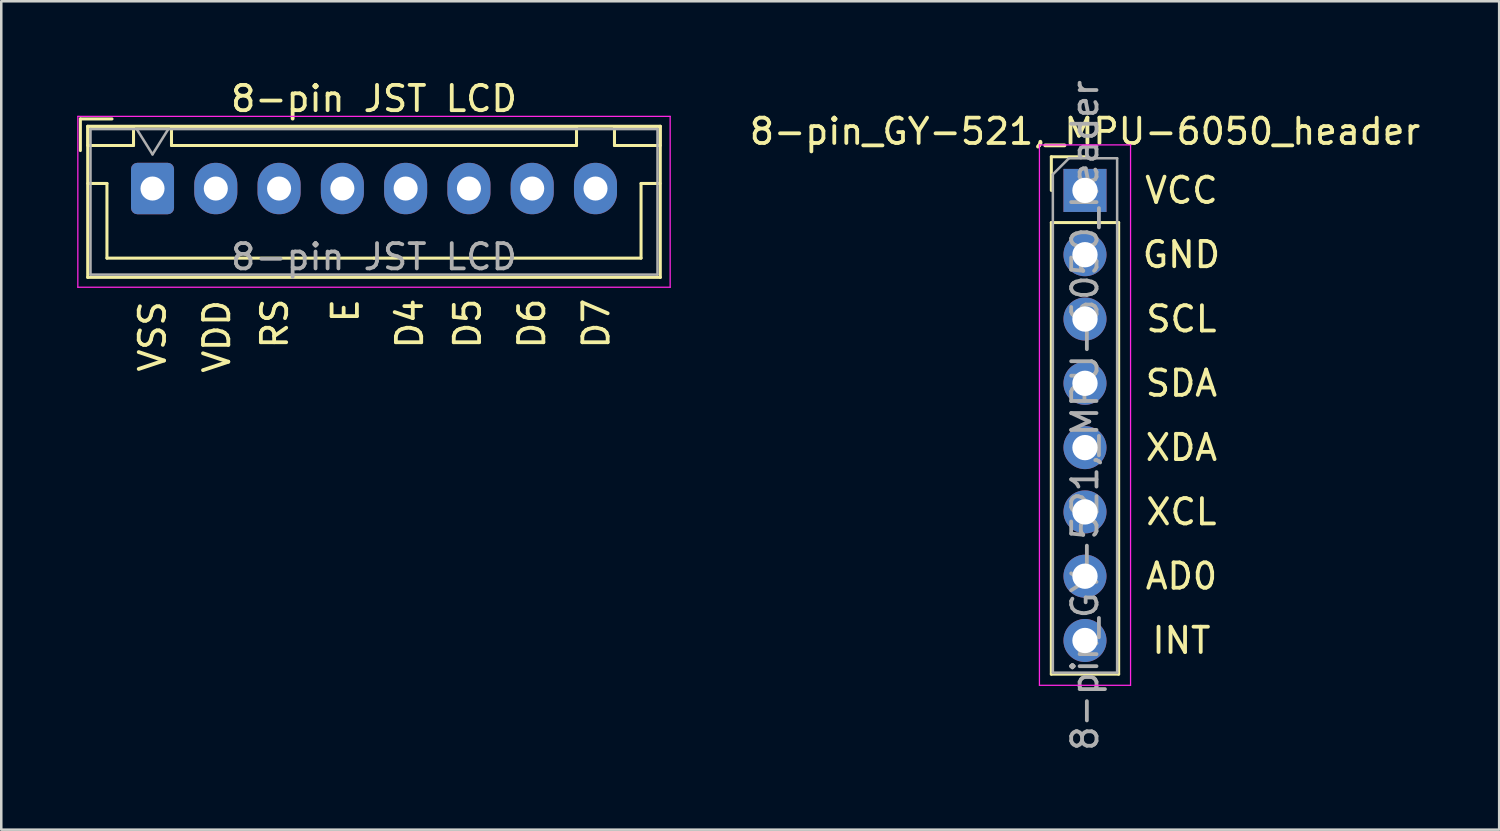
<source format=kicad_pcb>
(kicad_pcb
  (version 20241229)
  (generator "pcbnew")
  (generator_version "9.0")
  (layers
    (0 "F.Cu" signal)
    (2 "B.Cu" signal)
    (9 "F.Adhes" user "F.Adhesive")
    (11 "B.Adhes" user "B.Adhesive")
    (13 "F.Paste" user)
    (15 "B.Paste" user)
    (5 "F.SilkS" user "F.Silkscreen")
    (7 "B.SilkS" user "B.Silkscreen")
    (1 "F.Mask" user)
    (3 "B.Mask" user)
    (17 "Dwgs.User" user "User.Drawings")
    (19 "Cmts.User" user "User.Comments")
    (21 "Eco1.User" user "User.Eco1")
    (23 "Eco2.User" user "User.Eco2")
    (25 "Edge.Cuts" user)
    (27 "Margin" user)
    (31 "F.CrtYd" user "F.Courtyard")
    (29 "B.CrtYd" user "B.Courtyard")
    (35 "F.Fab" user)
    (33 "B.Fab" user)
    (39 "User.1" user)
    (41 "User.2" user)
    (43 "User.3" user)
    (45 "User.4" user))
  (footprint "8-pin_GY-521,_MPU-6050_header"
    (layer "F.Cu")
    (at 39.813 4.473)
    (property "Reference" "8-pin_GY-521,_MPU-6050_header" (at 0 -2.33 0) (layer "F.SilkS") (effects (font (size 1 1) (thickness 0.15))))
    (attr through_hole)
    (fp_line (start -1.33 -1.33) (end 0 -1.33) (stroke (width 0.12) (type solid)) (layer "F.SilkS"))
    (fp_line (start -1.33 0) (end -1.33 -1.33) (stroke (width 0.12) (type solid)) (layer "F.SilkS"))
    (fp_line (start -1.33 1.27) (end -1.33 19.11) (stroke (width 0.12) (type solid)) (layer "F.SilkS"))
    (fp_line (start -1.33 1.27) (end 1.33 1.27) (stroke (width 0.12) (type solid)) (layer "F.SilkS"))
    (fp_line (start -1.33 19.11) (end 1.33 19.11) (stroke (width 0.12) (type solid)) (layer "F.SilkS"))
    (fp_line (start 1.33 1.27) (end 1.33 19.11) (stroke (width 0.12) (type solid)) (layer "F.SilkS"))
    (fp_line (start -1.8 -1.8) (end -1.8 19.55) (stroke (width 0.05) (type solid)) (layer "F.CrtYd"))
    (fp_line (start -1.8 19.55) (end 1.8 19.55) (stroke (width 0.05) (type solid)) (layer "F.CrtYd"))
    (fp_line (start 1.8 -1.8) (end -1.8 -1.8) (stroke (width 0.05) (type solid)) (layer "F.CrtYd"))
    (fp_line (start 1.8 19.55) (end 1.8 -1.8) (stroke (width 0.05) (type solid)) (layer "F.CrtYd"))
    (fp_line (start -1.27 -0.635) (end -0.635 -1.27) (stroke (width 0.1) (type solid)) (layer "F.Fab"))
    (fp_line (start -1.27 19.05) (end -1.27 -0.635) (stroke (width 0.1) (type solid)) (layer "F.Fab"))
    (fp_line (start -0.635 -1.27) (end 1.27 -1.27) (stroke (width 0.1) (type solid)) (layer "F.Fab"))
    (fp_line (start 1.27 -1.27) (end 1.27 19.05) (stroke (width 0.1) (type solid)) (layer "F.Fab"))
    (fp_line (start 1.27 19.05) (end -1.27 19.05) (stroke (width 0.1) (type solid)) (layer "F.Fab"))
    (fp_text user "AD0" (at 3.81 15.24 0) (layer "F.SilkS") (effects (font (size 1 1) (thickness 0.15))))
    (fp_text user "XCL" (at 3.81 12.7 0) (layer "F.SilkS") (effects (font (size 1 1) (thickness 0.15))))
    (fp_text user "GND" (at 3.81 2.54 0) (layer "F.SilkS") (effects (font (size 1 1) (thickness 0.15))))
    (fp_text user "XDA" (at 3.81 10.16 0) (layer "F.SilkS") (effects (font (size 1 1) (thickness 0.15))))
    (fp_text user "SCL" (at 3.81 5.08 0) (layer "F.SilkS") (effects (font (size 1 1) (thickness 0.15))))
    (fp_text user "SDA" (at 3.81 7.62 0) (layer "F.SilkS") (effects (font (size 1 1) (thickness 0.15))))
    (fp_text user "INT" (at 3.81 17.78 0) (layer "F.SilkS") (effects (font (size 1 1) (thickness 0.15))))
    (fp_text user "VCC" (at 3.81 0 0) (layer "F.SilkS") (effects (font (size 1 1) (thickness 0.15))))
    (fp_text user "${REFERENCE}" (at 0 8.89 90) (layer "F.Fab") (effects (font (size 1 1) (thickness 0.15))))
    (pad "1" thru_hole rect (at 0 0) (size 1.7 1.7) (drill 1) (layers "*.Cu" "*.Mask"))
    (pad "2" thru_hole oval (at 0 2.54) (size 1.7 1.7) (drill 1) (layers "*.Cu" "*.Mask"))
    (pad "3" thru_hole oval (at 0 5.08) (size 1.7 1.7) (drill 1) (layers "*.Cu" "*.Mask"))
    (pad "4" thru_hole oval (at 0 7.62) (size 1.7 1.7) (drill 1) (layers "*.Cu" "*.Mask"))
    (pad "5" thru_hole oval (at 0 10.16) (size 1.7 1.7) (drill 1) (layers "*.Cu" "*.Mask"))
    (pad "6" thru_hole oval (at 0 12.7) (size 1.7 1.7) (drill 1) (layers "*.Cu" "*.Mask"))
    (pad "7" thru_hole oval (at 0 15.24) (size 1.7 1.7) (drill 1) (layers "*.Cu" "*.Mask"))
    (pad "8" thru_hole oval (at 0 17.78) (size 1.7 1.7) (drill 1) (layers "*.Cu" "*.Mask")))
  (footprint "8-pin JST LCD"
    (layer "F.Cu")
    (at 2.975 4.398)
    (property "Reference" "8-pin JST LCD" (at 8.75 -3.55 0) (layer "F.SilkS") (effects (font (size 1 1) (thickness 0.15))))
    (attr through_hole)
    (fp_line (start -2.85 -2.75) (end -2.85 -1.5) (stroke (width 0.12) (type solid)) (layer "F.SilkS"))
    (fp_line (start -2.56 -2.46) (end -2.56 3.51) (stroke (width 0.12) (type solid)) (layer "F.SilkS"))
    (fp_line (start -2.56 3.51) (end 20.06 3.51) (stroke (width 0.12) (type solid)) (layer "F.SilkS"))
    (fp_line (start -2.55 -2.45) (end -2.55 -1.7) (stroke (width 0.12) (type solid)) (layer "F.SilkS"))
    (fp_line (start -2.55 -1.7) (end -0.75 -1.7) (stroke (width 0.12) (type solid)) (layer "F.SilkS"))
    (fp_line (start -2.55 -0.2) (end -1.8 -0.2) (stroke (width 0.12) (type solid)) (layer "F.SilkS"))
    (fp_line (start -1.8 -0.2) (end -1.8 2.75) (stroke (width 0.12) (type solid)) (layer "F.SilkS"))
    (fp_line (start -1.8 2.75) (end 8.75 2.75) (stroke (width 0.12) (type solid)) (layer "F.SilkS"))
    (fp_line (start -1.6 -2.75) (end -2.85 -2.75) (stroke (width 0.12) (type solid)) (layer "F.SilkS"))
    (fp_line (start -0.75 -2.45) (end -2.55 -2.45) (stroke (width 0.12) (type solid)) (layer "F.SilkS"))
    (fp_line (start -0.75 -1.7) (end -0.75 -2.45) (stroke (width 0.12) (type solid)) (layer "F.SilkS"))
    (fp_line (start 0.75 -2.45) (end 0.75 -1.7) (stroke (width 0.12) (type solid)) (layer "F.SilkS"))
    (fp_line (start 0.75 -1.7) (end 16.75 -1.7) (stroke (width 0.12) (type solid)) (layer "F.SilkS"))
    (fp_line (start 16.75 -2.45) (end 0.75 -2.45) (stroke (width 0.12) (type solid)) (layer "F.SilkS"))
    (fp_line (start 16.75 -1.7) (end 16.75 -2.45) (stroke (width 0.12) (type solid)) (layer "F.SilkS"))
    (fp_line (start 18.25 -2.45) (end 18.25 -1.7) (stroke (width 0.12) (type solid)) (layer "F.SilkS"))
    (fp_line (start 18.25 -1.7) (end 20.05 -1.7) (stroke (width 0.12) (type solid)) (layer "F.SilkS"))
    (fp_line (start 19.3 -0.2) (end 19.3 2.75) (stroke (width 0.12) (type solid)) (layer "F.SilkS"))
    (fp_line (start 19.3 2.75) (end 8.75 2.75) (stroke (width 0.12) (type solid)) (layer "F.SilkS"))
    (fp_line (start 20.05 -2.45) (end 18.25 -2.45) (stroke (width 0.12) (type solid)) (layer "F.SilkS"))
    (fp_line (start 20.05 -1.7) (end 20.05 -2.45) (stroke (width 0.12) (type solid)) (layer "F.SilkS"))
    (fp_line (start 20.05 -0.2) (end 19.3 -0.2) (stroke (width 0.12) (type solid)) (layer "F.SilkS"))
    (fp_line (start 20.06 -2.46) (end -2.56 -2.46) (stroke (width 0.12) (type solid)) (layer "F.SilkS"))
    (fp_line (start 20.06 3.51) (end 20.06 -2.46) (stroke (width 0.12) (type solid)) (layer "F.SilkS"))
    (fp_line (start -2.95 -2.85) (end -2.95 3.9) (stroke (width 0.05) (type solid)) (layer "F.CrtYd"))
    (fp_line (start -2.95 3.9) (end 20.45 3.9) (stroke (width 0.05) (type solid)) (layer "F.CrtYd"))
    (fp_line (start 20.45 -2.85) (end -2.95 -2.85) (stroke (width 0.05) (type solid)) (layer "F.CrtYd"))
    (fp_line (start 20.45 3.9) (end 20.45 -2.85) (stroke (width 0.05) (type solid)) (layer "F.CrtYd"))
    (fp_line (start -2.45 -2.35) (end -2.45 3.4) (stroke (width 0.1) (type solid)) (layer "F.Fab"))
    (fp_line (start -2.45 3.4) (end 19.95 3.4) (stroke (width 0.1) (type solid)) (layer "F.Fab"))
    (fp_line (start -0.625 -2.35) (end 0 -1.35) (stroke (width 0.1) (type solid)) (layer "F.Fab"))
    (fp_line (start 0 -1.35) (end 0.625 -2.35) (stroke (width 0.1) (type solid)) (layer "F.Fab"))
    (fp_line (start 19.95 -2.35) (end -2.45 -2.35) (stroke (width 0.1) (type solid)) (layer "F.Fab"))
    (fp_line (start 19.95 3.4) (end 19.95 -2.35) (stroke (width 0.1) (type solid)) (layer "F.Fab"))
    (fp_text user "VDD" (at 2.54 5.842 90) (unlocked yes) (layer "F.SilkS") (effects (font (size 1 1) (thickness 0.15))))
    (fp_text user "D4" (at 10.16 5.334 90) (unlocked yes) (layer "F.SilkS") (effects (font (size 1 1) (thickness 0.15))))
    (fp_text user "D7" (at 17.526 5.334 90) (unlocked yes) (layer "F.SilkS") (effects (font (size 1 1) (thickness 0.15))))
    (fp_text user "D5" (at 12.446 5.334 90) (unlocked yes) (layer "F.SilkS") (effects (font (size 1 1) (thickness 0.15))))
    (fp_text user "VSS" (at 0 5.842 90) (unlocked yes) (layer "F.SilkS") (effects (font (size 1 1) (thickness 0.15))))
    (fp_text user "RS" (at 4.826 5.334 90) (unlocked yes) (layer "F.SilkS") (effects (font (size 1 1) (thickness 0.15))))
    (fp_text user "E" (at 7.62 4.826 90) (unlocked yes) (layer "F.SilkS") (effects (font (size 1 1) (thickness 0.15))))
    (fp_text user "D6" (at 14.986 5.334 90) (unlocked yes) (layer "F.SilkS") (effects (font (size 1 1) (thickness 0.15))))
    (fp_text user "${REFERENCE}" (at 8.75 2.7 0) (layer "F.Fab") (effects (font (size 1 1) (thickness 0.15))))
    (pad "1" thru_hole roundrect (at 0 0) (size 1.7 2.032) (drill 0.95) (layers "*.Cu" "*.Mask") (roundrect_rratio 0.147))
    (pad "2" thru_hole oval (at 2.5 0) (size 1.7 2.032) (drill 0.95) (layers "*.Cu" "*.Mask"))
    (pad "3" thru_hole oval (at 5 0) (size 1.7 2.032) (drill 0.95) (layers "*.Cu" "*.Mask"))
    (pad "4" thru_hole oval (at 7.5 0) (size 1.7 2.032) (drill 0.95) (layers "*.Cu" "*.Mask"))
    (pad "5" thru_hole oval (at 10 0) (size 1.7 2.032) (drill 0.95) (layers "*.Cu" "*.Mask"))
    (pad "6" thru_hole oval (at 12.5 0) (size 1.7 2.032) (drill 0.95) (layers "*.Cu" "*.Mask"))
    (pad "7" thru_hole oval (at 15 0) (size 1.7 2.032) (drill 0.95) (layers "*.Cu" "*.Mask"))
    (pad "8" thru_hole oval (at 17.5 0) (size 1.7 2.032) (drill 0.95) (layers "*.Cu" "*.Mask")))
  (gr_rect
    (start -3 -3)
    (end 56.176 29.726)
    (stroke (width 0.1) (type default))
    (fill no)
    (layer "Edge.Cuts")))
</source>
